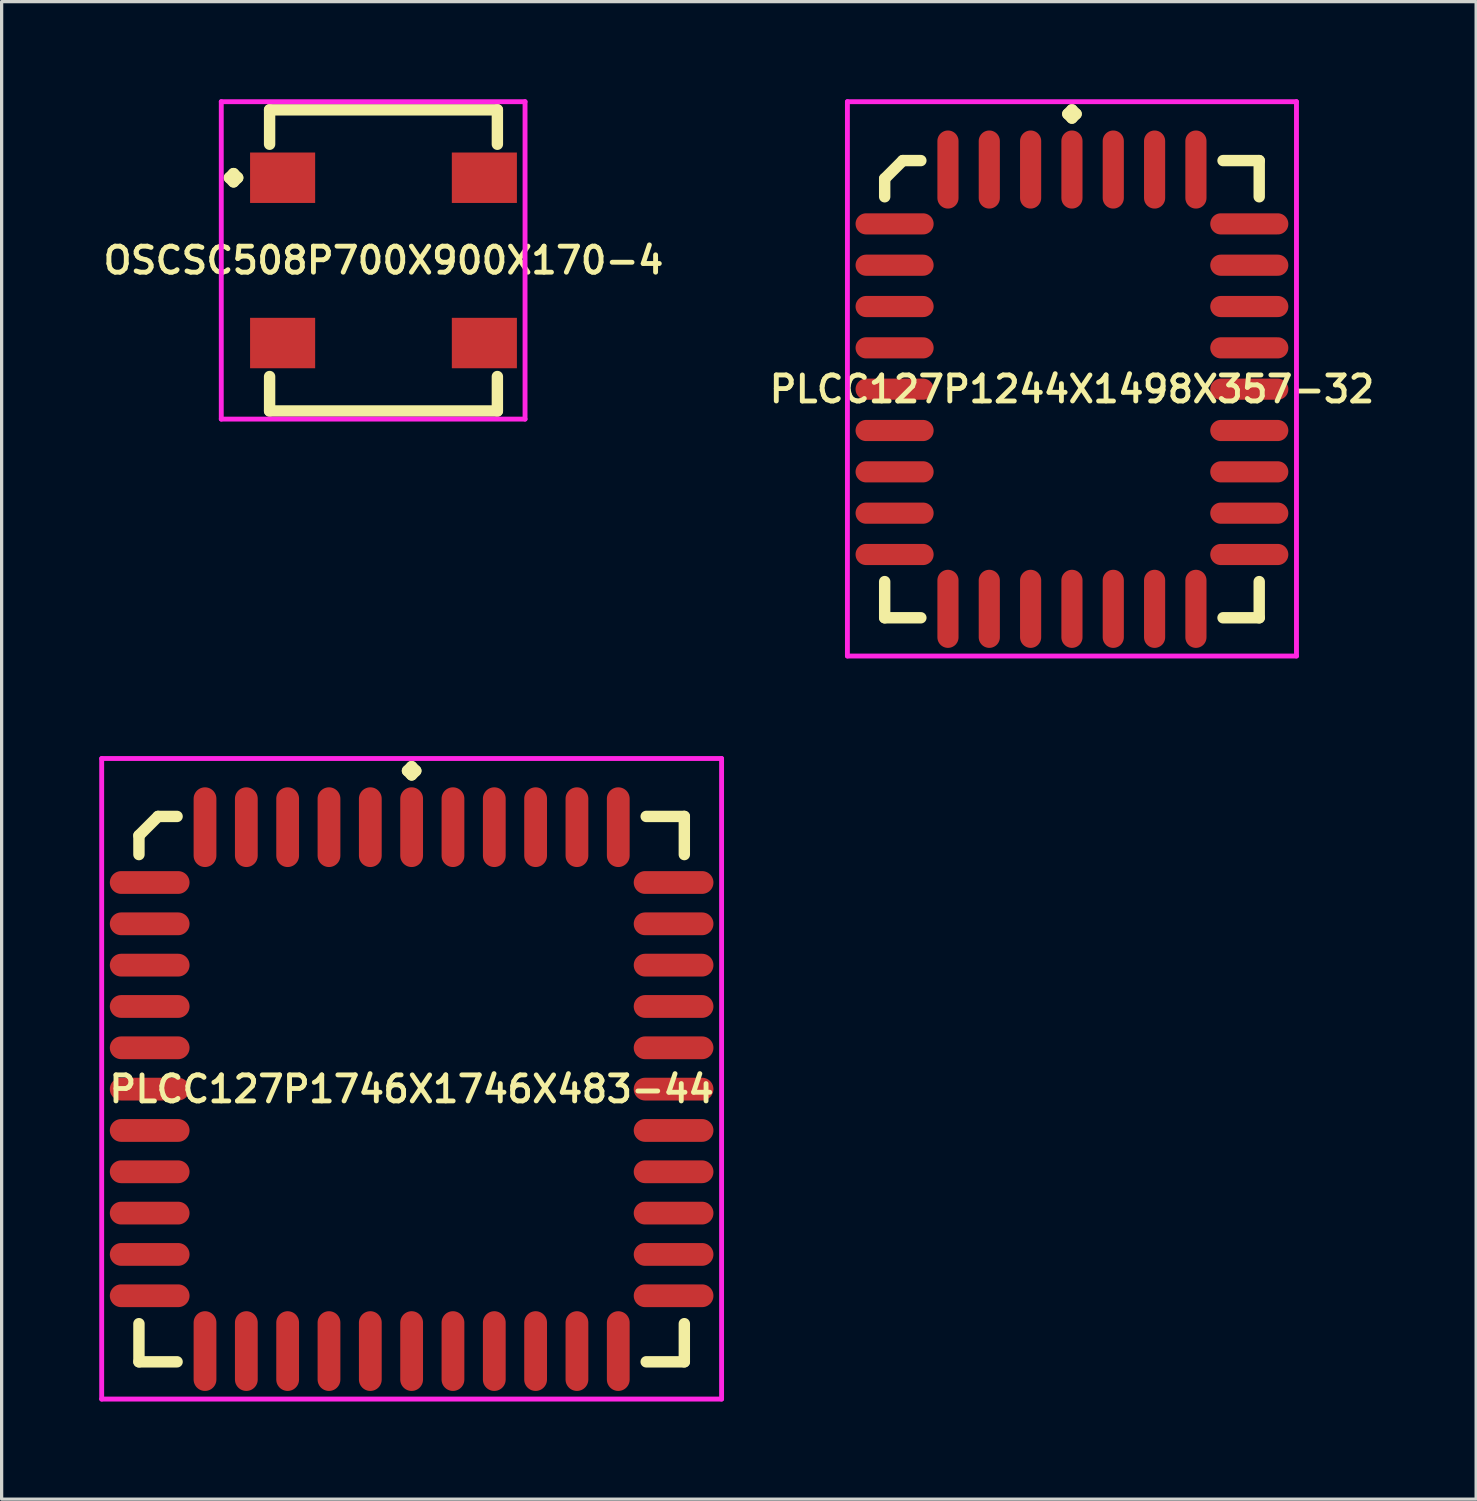
<source format=kicad_pcb>
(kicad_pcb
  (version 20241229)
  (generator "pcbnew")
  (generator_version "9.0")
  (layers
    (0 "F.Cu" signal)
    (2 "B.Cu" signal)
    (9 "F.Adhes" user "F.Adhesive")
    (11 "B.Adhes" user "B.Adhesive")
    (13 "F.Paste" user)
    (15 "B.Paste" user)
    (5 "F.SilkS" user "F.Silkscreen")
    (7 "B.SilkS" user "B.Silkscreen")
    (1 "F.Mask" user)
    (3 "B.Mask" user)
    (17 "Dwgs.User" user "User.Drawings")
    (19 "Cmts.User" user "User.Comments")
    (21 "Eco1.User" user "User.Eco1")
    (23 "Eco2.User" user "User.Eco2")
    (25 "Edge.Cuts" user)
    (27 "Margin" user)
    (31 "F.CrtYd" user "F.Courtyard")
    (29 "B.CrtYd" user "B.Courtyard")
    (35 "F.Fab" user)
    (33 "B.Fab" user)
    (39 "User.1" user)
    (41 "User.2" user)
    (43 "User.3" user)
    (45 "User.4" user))
  (footprint "PLCC127P1244X1498X357-32"
    (layer "F.Cu")
    (at 29.892 8.91)
    (property "Reference" "PLCC127P1244X1498X357-32" (at 0 0 0) (layer "F.SilkS") (effects (font (size 0.8 0.8) (thickness 0.15))))
    (attr smd)
    (fp_line (start -5.755 -6.469) (end -5.199 -7.025) (stroke (width 0.35) (type solid)) (layer "F.SilkS"))
    (fp_line (start -5.755 -5.913) (end -5.755 -6.469) (stroke (width 0.35) (type solid)) (layer "F.SilkS"))
    (fp_line (start -5.755 5.913) (end -5.755 7.025) (stroke (width 0.35) (type solid)) (layer "F.SilkS"))
    (fp_line (start -5.755 7.025) (end -4.643 7.025) (stroke (width 0.35) (type solid)) (layer "F.SilkS"))
    (fp_line (start -5.199 -7.025) (end -4.643 -7.025) (stroke (width 0.35) (type solid)) (layer "F.SilkS"))
    (fp_line (start -0.127 -8.458) (end 0 -8.585) (stroke (width 0.35) (type solid)) (layer "F.SilkS"))
    (fp_line (start 0 -8.585) (end 0.127 -8.458) (stroke (width 0.35) (type solid)) (layer "F.SilkS"))
    (fp_line (start 0 -8.331) (end -0.127 -8.458) (stroke (width 0.35) (type solid)) (layer "F.SilkS"))
    (fp_line (start 0.127 -8.458) (end 0 -8.331) (stroke (width 0.35) (type solid)) (layer "F.SilkS"))
    (fp_line (start 5.755 -7.025) (end 4.643 -7.025) (stroke (width 0.35) (type solid)) (layer "F.SilkS"))
    (fp_line (start 5.755 -5.913) (end 5.755 -7.025) (stroke (width 0.35) (type solid)) (layer "F.SilkS"))
    (fp_line (start 5.755 5.913) (end 5.755 7.025) (stroke (width 0.35) (type solid)) (layer "F.SilkS"))
    (fp_line (start 5.755 7.025) (end 4.643 7.025) (stroke (width 0.35) (type solid)) (layer "F.SilkS"))
    (fp_line (start -6.9 -8.835) (end 6.9 -8.835) (stroke (width 0.15) (type solid)) (layer "F.CrtYd"))
    (fp_line (start -6.9 8.2) (end -6.9 -8.835) (stroke (width 0.15) (type solid)) (layer "F.CrtYd"))
    (fp_line (start 6.9 -8.835) (end 6.9 8.2) (stroke (width 0.15) (type solid)) (layer "F.CrtYd"))
    (fp_line (start 6.9 8.2) (end -6.9 8.2) (stroke (width 0.15) (type solid)) (layer "F.CrtYd"))
    (pad "1" smd oval (at 0 -6.75) (size 0.65 2.4) (layers "F.Cu" "F.Mask" "F.Paste"))
    (pad "2" smd oval (at -1.27 -6.75) (size 0.65 2.4) (layers "F.Cu" "F.Mask" "F.Paste"))
    (pad "3" smd oval (at -2.54 -6.75) (size 0.65 2.4) (layers "F.Cu" "F.Mask" "F.Paste"))
    (pad "4" smd oval (at -3.81 -6.75) (size 0.65 2.4) (layers "F.Cu" "F.Mask" "F.Paste"))
    (pad "5" smd oval (at -5.45 -5.08) (size 2.4 0.65) (layers "F.Cu" "F.Mask" "F.Paste"))
    (pad "6" smd oval (at -5.45 -3.81) (size 2.4 0.65) (layers "F.Cu" "F.Mask" "F.Paste"))
    (pad "7" smd oval (at -5.45 -2.54) (size 2.4 0.65) (layers "F.Cu" "F.Mask" "F.Paste"))
    (pad "8" smd oval (at -5.45 -1.27) (size 2.4 0.65) (layers "F.Cu" "F.Mask" "F.Paste"))
    (pad "9" smd oval (at -5.45 0) (size 2.4 0.65) (layers "F.Cu" "F.Mask" "F.Paste"))
    (pad "10" smd oval (at -5.45 1.27) (size 2.4 0.65) (layers "F.Cu" "F.Mask" "F.Paste"))
    (pad "11" smd oval (at -5.45 2.54) (size 2.4 0.65) (layers "F.Cu" "F.Mask" "F.Paste"))
    (pad "12" smd oval (at -5.45 3.81) (size 2.4 0.65) (layers "F.Cu" "F.Mask" "F.Paste"))
    (pad "13" smd oval (at -5.45 5.08) (size 2.4 0.65) (layers "F.Cu" "F.Mask" "F.Paste"))
    (pad "14" smd oval (at -3.81 6.75) (size 0.65 2.4) (layers "F.Cu" "F.Mask" "F.Paste"))
    (pad "15" smd oval (at -2.54 6.75) (size 0.65 2.4) (layers "F.Cu" "F.Mask" "F.Paste"))
    (pad "16" smd oval (at -1.27 6.75) (size 0.65 2.4) (layers "F.Cu" "F.Mask" "F.Paste"))
    (pad "17" smd oval (at 0 6.75) (size 0.65 2.4) (layers "F.Cu" "F.Mask" "F.Paste"))
    (pad "18" smd oval (at 1.27 6.75) (size 0.65 2.4) (layers "F.Cu" "F.Mask" "F.Paste"))
    (pad "19" smd oval (at 2.54 6.75) (size 0.65 2.4) (layers "F.Cu" "F.Mask" "F.Paste"))
    (pad "20" smd oval (at 3.81 6.75) (size 0.65 2.4) (layers "F.Cu" "F.Mask" "F.Paste"))
    (pad "21" smd oval (at 5.45 5.08) (size 2.4 0.65) (layers "F.Cu" "F.Mask" "F.Paste"))
    (pad "22" smd oval (at 5.45 3.81) (size 2.4 0.65) (layers "F.Cu" "F.Mask" "F.Paste"))
    (pad "23" smd oval (at 5.45 2.54) (size 2.4 0.65) (layers "F.Cu" "F.Mask" "F.Paste"))
    (pad "24" smd oval (at 5.45 1.27) (size 2.4 0.65) (layers "F.Cu" "F.Mask" "F.Paste"))
    (pad "25" smd oval (at 5.45 0) (size 2.4 0.65) (layers "F.Cu" "F.Mask" "F.Paste"))
    (pad "26" smd oval (at 5.45 -1.27) (size 2.4 0.65) (layers "F.Cu" "F.Mask" "F.Paste"))
    (pad "27" smd oval (at 5.45 -2.54) (size 2.4 0.65) (layers "F.Cu" "F.Mask" "F.Paste"))
    (pad "28" smd oval (at 5.45 -3.81) (size 2.4 0.65) (layers "F.Cu" "F.Mask" "F.Paste"))
    (pad "29" smd oval (at 5.45 -5.08) (size 2.4 0.65) (layers "F.Cu" "F.Mask" "F.Paste"))
    (pad "30" smd oval (at 3.81 -6.75) (size 0.65 2.4) (layers "F.Cu" "F.Mask" "F.Paste"))
    (pad "31" smd oval (at 2.54 -6.75) (size 0.65 2.4) (layers "F.Cu" "F.Mask" "F.Paste"))
    (pad "32" smd oval (at 1.27 -6.75) (size 0.65 2.4) (layers "F.Cu" "F.Mask" "F.Paste")))
  (footprint "PLCC127P1746X1746X483-44"
    (layer "F.Cu")
    (at 9.6 30.42)
    (property "Reference" "PLCC127P1746X1746X483-44" (at 0 0 0) (layer "F.SilkS") (effects (font (size 0.8 0.8) (thickness 0.15))))
    (attr through_hole)
    (fp_line (start -8.38 -7.794) (end -7.794 -8.38) (stroke (width 0.35) (type solid)) (layer "F.SilkS"))
    (fp_line (start -8.38 -7.208) (end -8.38 -7.794) (stroke (width 0.35) (type solid)) (layer "F.SilkS"))
    (fp_line (start -8.38 7.208) (end -8.38 8.38) (stroke (width 0.35) (type solid)) (layer "F.SilkS"))
    (fp_line (start -8.38 8.38) (end -7.208 8.38) (stroke (width 0.35) (type solid)) (layer "F.SilkS"))
    (fp_line (start -7.794 -8.38) (end -7.208 -8.38) (stroke (width 0.35) (type solid)) (layer "F.SilkS"))
    (fp_line (start -0.127 -9.783) (end 0 -9.91) (stroke (width 0.35) (type solid)) (layer "F.SilkS"))
    (fp_line (start 0 -9.91) (end 0.127 -9.783) (stroke (width 0.35) (type solid)) (layer "F.SilkS"))
    (fp_line (start 0 -9.656) (end -0.127 -9.783) (stroke (width 0.35) (type solid)) (layer "F.SilkS"))
    (fp_line (start 0.127 -9.783) (end 0 -9.656) (stroke (width 0.35) (type solid)) (layer "F.SilkS"))
    (fp_line (start 8.38 -8.38) (end 7.208 -8.38) (stroke (width 0.35) (type solid)) (layer "F.SilkS"))
    (fp_line (start 8.38 -7.208) (end 8.38 -8.38) (stroke (width 0.35) (type solid)) (layer "F.SilkS"))
    (fp_line (start 8.38 7.208) (end 8.38 8.38) (stroke (width 0.35) (type solid)) (layer "F.SilkS"))
    (fp_line (start 8.38 8.38) (end 7.208 8.38) (stroke (width 0.35) (type solid)) (layer "F.SilkS"))
    (fp_line (start -9.525 -10.16) (end 9.525 -10.16) (stroke (width 0.15) (type solid)) (layer "F.CrtYd"))
    (fp_line (start -9.525 9.525) (end -9.525 -10.16) (stroke (width 0.15) (type solid)) (layer "F.CrtYd"))
    (fp_line (start 9.525 -10.16) (end 9.525 9.525) (stroke (width 0.15) (type solid)) (layer "F.CrtYd"))
    (fp_line (start 9.525 9.525) (end -9.525 9.525) (stroke (width 0.15) (type solid)) (layer "F.CrtYd"))
    (pad "1" smd oval (at 0 -8.05) (size 0.7 2.45) (layers "F.Cu" "F.Mask" "F.Paste"))
    (pad "2" smd oval (at -1.27 -8.05) (size 0.7 2.45) (layers "F.Cu" "F.Mask" "F.Paste"))
    (pad "3" smd oval (at -2.54 -8.05) (size 0.7 2.45) (layers "F.Cu" "F.Mask" "F.Paste"))
    (pad "4" smd oval (at -3.81 -8.05) (size 0.7 2.45) (layers "F.Cu" "F.Mask" "F.Paste"))
    (pad "5" smd oval (at -5.08 -8.05) (size 0.7 2.45) (layers "F.Cu" "F.Mask" "F.Paste"))
    (pad "6" smd oval (at -6.35 -8.05) (size 0.7 2.45) (layers "F.Cu" "F.Mask" "F.Paste"))
    (pad "7" smd oval (at -8.05 -6.35) (size 2.45 0.7) (layers "F.Cu" "F.Mask" "F.Paste"))
    (pad "8" smd oval (at -8.05 -5.08) (size 2.45 0.7) (layers "F.Cu" "F.Mask" "F.Paste"))
    (pad "9" smd oval (at -8.05 -3.81) (size 2.45 0.7) (layers "F.Cu" "F.Mask" "F.Paste"))
    (pad "10" smd oval (at -8.05 -2.54) (size 2.45 0.7) (layers "F.Cu" "F.Mask" "F.Paste"))
    (pad "11" smd oval (at -8.05 -1.27) (size 2.45 0.7) (layers "F.Cu" "F.Mask" "F.Paste"))
    (pad "12" smd oval (at -8.05 0) (size 2.45 0.7) (layers "F.Cu" "F.Mask" "F.Paste"))
    (pad "13" smd oval (at -8.05 1.27) (size 2.45 0.7) (layers "F.Cu" "F.Mask" "F.Paste"))
    (pad "14" smd oval (at -8.05 2.54) (size 2.45 0.7) (layers "F.Cu" "F.Mask" "F.Paste"))
    (pad "15" smd oval (at -8.05 3.81) (size 2.45 0.7) (layers "F.Cu" "F.Mask" "F.Paste"))
    (pad "16" smd oval (at -8.05 5.08) (size 2.45 0.7) (layers "F.Cu" "F.Mask" "F.Paste"))
    (pad "17" smd oval (at -8.05 6.35) (size 2.45 0.7) (layers "F.Cu" "F.Mask" "F.Paste"))
    (pad "18" smd oval (at -6.35 8.05) (size 0.7 2.45) (layers "F.Cu" "F.Mask" "F.Paste"))
    (pad "19" smd oval (at -5.08 8.05) (size 0.7 2.45) (layers "F.Cu" "F.Mask" "F.Paste"))
    (pad "20" smd oval (at -3.81 8.05) (size 0.7 2.45) (layers "F.Cu" "F.Mask" "F.Paste"))
    (pad "21" smd oval (at -2.54 8.05) (size 0.7 2.45) (layers "F.Cu" "F.Mask" "F.Paste"))
    (pad "22" smd oval (at -1.27 8.05) (size 0.7 2.45) (layers "F.Cu" "F.Mask" "F.Paste"))
    (pad "23" smd oval (at 0 8.05) (size 0.7 2.45) (layers "F.Cu" "F.Mask" "F.Paste"))
    (pad "24" smd oval (at 1.27 8.05) (size 0.7 2.45) (layers "F.Cu" "F.Mask" "F.Paste"))
    (pad "25" smd oval (at 2.54 8.05) (size 0.7 2.45) (layers "F.Cu" "F.Mask" "F.Paste"))
    (pad "26" smd oval (at 3.81 8.05) (size 0.7 2.45) (layers "F.Cu" "F.Mask" "F.Paste"))
    (pad "27" smd oval (at 5.08 8.05) (size 0.7 2.45) (layers "F.Cu" "F.Mask" "F.Paste"))
    (pad "28" smd oval (at 6.35 8.05) (size 0.7 2.45) (layers "F.Cu" "F.Mask" "F.Paste"))
    (pad "29" smd oval (at 8.05 6.35) (size 2.45 0.7) (layers "F.Cu" "F.Mask" "F.Paste"))
    (pad "30" smd oval (at 8.05 5.08) (size 2.45 0.7) (layers "F.Cu" "F.Mask" "F.Paste"))
    (pad "31" smd oval (at 8.05 3.81) (size 2.45 0.7) (layers "F.Cu" "F.Mask" "F.Paste"))
    (pad "32" smd oval (at 8.05 2.54) (size 2.45 0.7) (layers "F.Cu" "F.Mask" "F.Paste"))
    (pad "33" smd oval (at 8.05 1.27) (size 2.45 0.7) (layers "F.Cu" "F.Mask" "F.Paste"))
    (pad "34" smd oval (at 8.05 0) (size 2.45 0.7) (layers "F.Cu" "F.Mask" "F.Paste"))
    (pad "35" smd oval (at 8.05 -1.27) (size 2.45 0.7) (layers "F.Cu" "F.Mask" "F.Paste"))
    (pad "36" smd oval (at 8.05 -2.54) (size 2.45 0.7) (layers "F.Cu" "F.Mask" "F.Paste"))
    (pad "37" smd oval (at 8.05 -3.81) (size 2.45 0.7) (layers "F.Cu" "F.Mask" "F.Paste"))
    (pad "38" smd oval (at 8.05 -5.08) (size 2.45 0.7) (layers "F.Cu" "F.Mask" "F.Paste"))
    (pad "39" smd oval (at 8.05 -6.35) (size 2.45 0.7) (layers "F.Cu" "F.Mask" "F.Paste"))
    (pad "40" smd oval (at 6.35 -8.05) (size 0.7 2.45) (layers "F.Cu" "F.Mask" "F.Paste"))
    (pad "41" smd oval (at 5.08 -8.05) (size 0.7 2.45) (layers "F.Cu" "F.Mask" "F.Paste"))
    (pad "42" smd oval (at 3.81 -8.05) (size 0.7 2.45) (layers "F.Cu" "F.Mask" "F.Paste"))
    (pad "43" smd oval (at 2.54 -8.05) (size 0.7 2.45) (layers "F.Cu" "F.Mask" "F.Paste"))
    (pad "44" smd oval (at 1.27 -8.05) (size 0.7 2.45) (layers "F.Cu" "F.Mask" "F.Paste")))
  (footprint "OSCSC508P700X900X170-4"
    (layer "F.Cu")
    (at 8.735 4.952)
    (property "Reference" "OSCSC508P700X900X170-4" (at 0 0 0) (layer "F.SilkS") (effects (font (size 0.8 0.8) (thickness 0.15))))
    (attr smd)
    (fp_line (start -4.735 -2.54) (end -4.608 -2.667) (stroke (width 0.35) (type solid)) (layer "F.SilkS"))
    (fp_line (start -4.608 -2.667) (end -4.481 -2.54) (stroke (width 0.35) (type solid)) (layer "F.SilkS"))
    (fp_line (start -4.608 -2.413) (end -4.735 -2.54) (stroke (width 0.35) (type solid)) (layer "F.SilkS"))
    (fp_line (start -4.481 -2.54) (end -4.608 -2.413) (stroke (width 0.35) (type solid)) (layer "F.SilkS"))
    (fp_line (start -3.5 -4.627) (end 3.5 -4.627) (stroke (width 0.35) (type solid)) (layer "F.SilkS"))
    (fp_line (start -3.5 -3.569) (end -3.5 -4.627) (stroke (width 0.35) (type solid)) (layer "F.SilkS"))
    (fp_line (start -3.5 3.569) (end -3.5 4.627) (stroke (width 0.35) (type solid)) (layer "F.SilkS"))
    (fp_line (start -3.5 4.627) (end 3.5 4.627) (stroke (width 0.35) (type solid)) (layer "F.SilkS"))
    (fp_line (start 3.5 -4.627) (end 3.5 -3.569) (stroke (width 0.35) (type solid)) (layer "F.SilkS"))
    (fp_line (start 3.5 4.627) (end 3.5 3.569) (stroke (width 0.35) (type solid)) (layer "F.SilkS"))
    (fp_line (start -4.985 -4.877) (end 4.35 -4.877) (stroke (width 0.15) (type solid)) (layer "F.CrtYd"))
    (fp_line (start -4.985 4.877) (end -4.985 -4.877) (stroke (width 0.15) (type solid)) (layer "F.CrtYd"))
    (fp_line (start 4.35 -4.877) (end 4.35 4.877) (stroke (width 0.15) (type solid)) (layer "F.CrtYd"))
    (fp_line (start 4.35 4.877) (end -4.985 4.877) (stroke (width 0.15) (type solid)) (layer "F.CrtYd"))
    (pad "1" smd rect (at -3.1 -2.54) (size 2 1.55) (layers "F.Cu" "F.Mask" "F.Paste"))
    (pad "2" smd rect (at -3.1 2.54) (size 2 1.55) (layers "F.Cu" "F.Mask" "F.Paste"))
    (pad "3" smd rect (at 3.1 2.54) (size 2 1.55) (layers "F.Cu" "F.Mask" "F.Paste"))
    (pad "4" smd rect (at 3.1 -2.54) (size 2 1.55) (layers "F.Cu" "F.Mask" "F.Paste")))
  (gr_rect
    (start -3 -3)
    (end 42.313 43.02)
    (stroke (width 0.1) (type default))
    (fill no)
    (layer "Edge.Cuts")))
</source>
